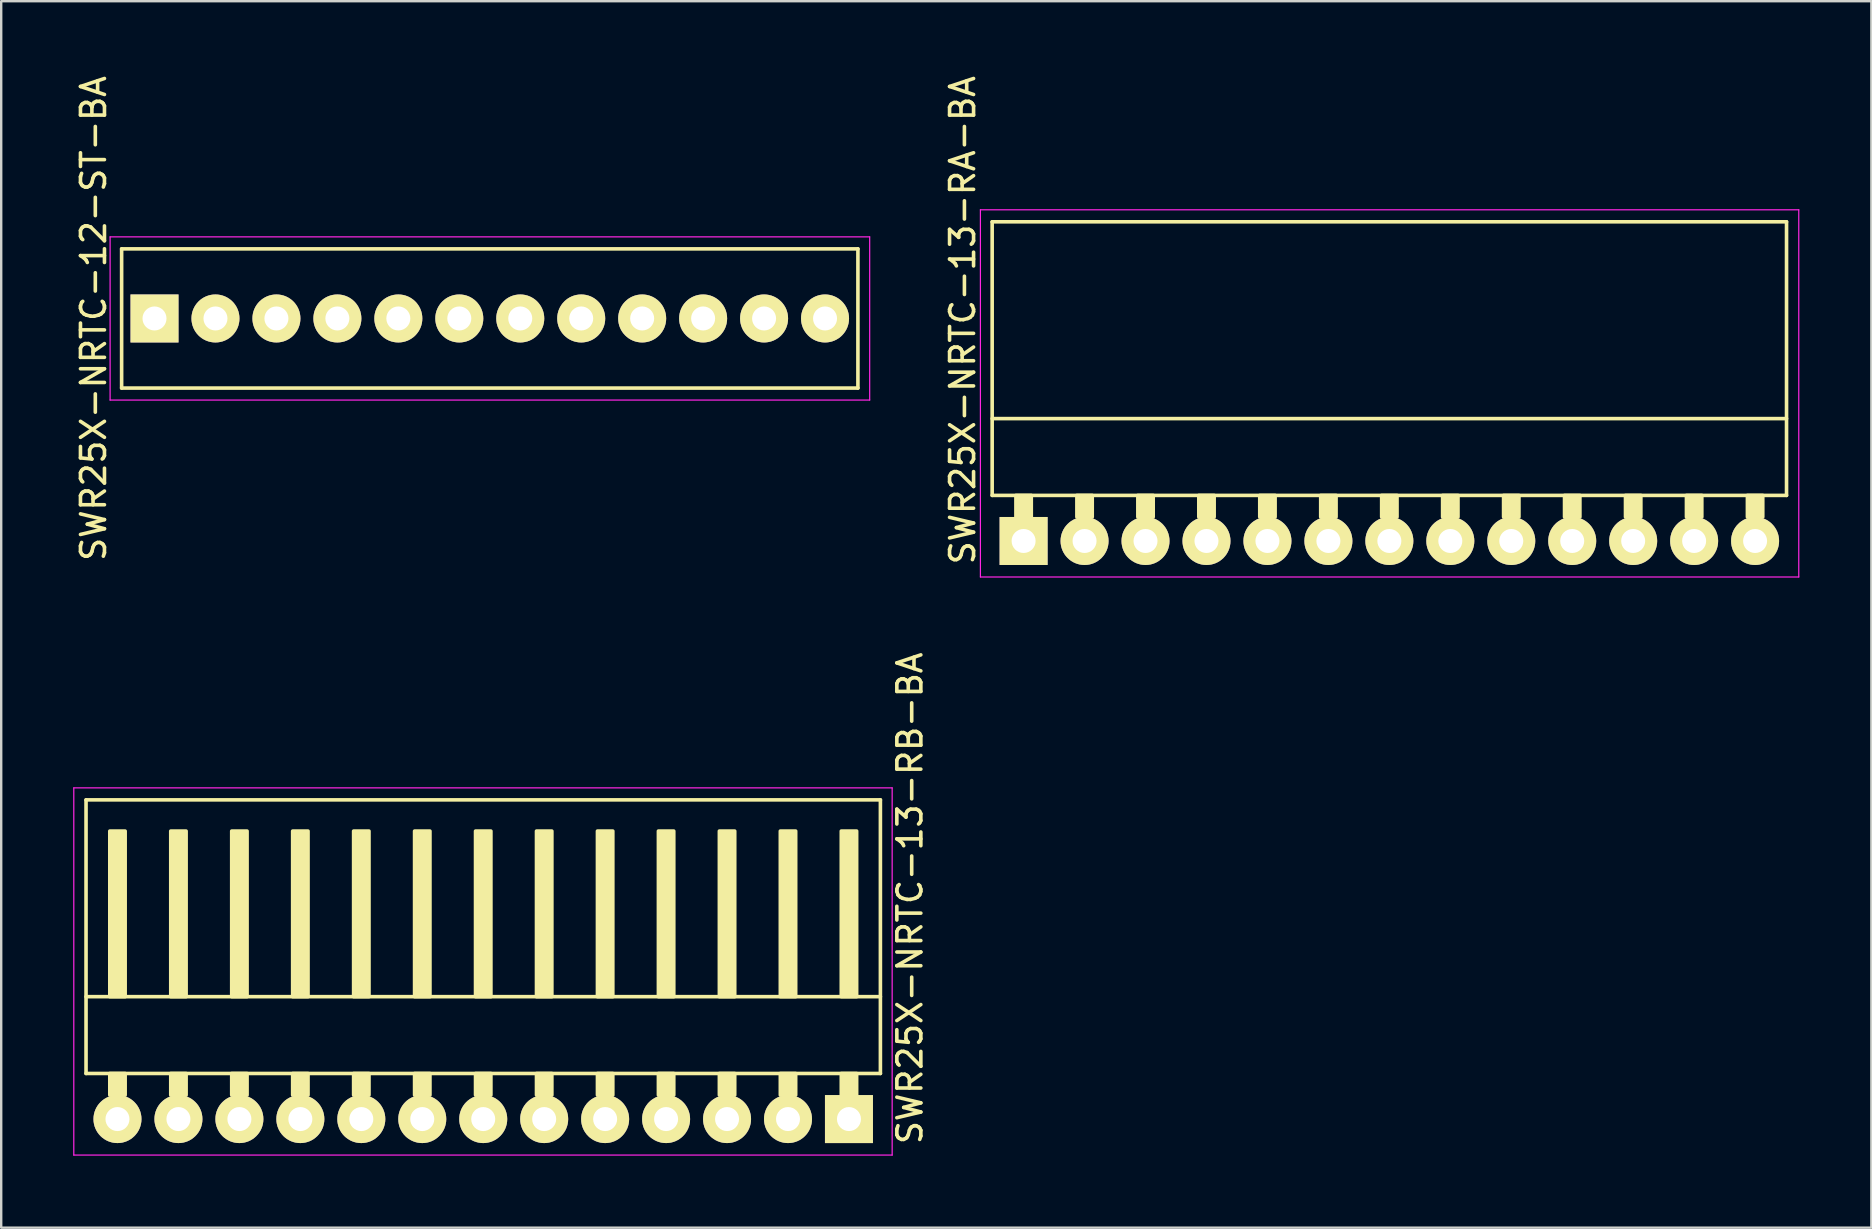
<source format=kicad_pcb>
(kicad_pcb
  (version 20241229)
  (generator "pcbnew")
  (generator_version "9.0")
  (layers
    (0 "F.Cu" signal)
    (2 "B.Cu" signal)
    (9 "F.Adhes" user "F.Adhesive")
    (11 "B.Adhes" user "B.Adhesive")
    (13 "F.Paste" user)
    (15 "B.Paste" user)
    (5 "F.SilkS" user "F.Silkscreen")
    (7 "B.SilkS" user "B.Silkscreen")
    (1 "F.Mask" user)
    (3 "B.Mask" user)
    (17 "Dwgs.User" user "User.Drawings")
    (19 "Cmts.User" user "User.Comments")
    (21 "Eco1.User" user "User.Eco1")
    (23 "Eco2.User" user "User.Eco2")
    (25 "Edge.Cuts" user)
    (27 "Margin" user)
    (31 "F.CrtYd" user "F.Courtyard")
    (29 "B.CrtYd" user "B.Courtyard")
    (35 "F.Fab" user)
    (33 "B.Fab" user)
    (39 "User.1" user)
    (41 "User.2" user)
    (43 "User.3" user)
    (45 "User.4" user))
  (footprint "SWR25X-NRTC-13-RA-BA"
    (layer "F.Cu")
    (at 39.602 19.492)
    (property "Reference" "SWR25X-NRTC-13-RA-BA" (at -2.54 -9.2 270) (layer "F.SilkS") (effects (font (size 1 1) (thickness 0.15))))
    (attr through_hole)
    (fp_line (start -1.31 -13.3) (end -1.31 -1.9) (stroke (width 0.15) (type solid)) (layer "F.SilkS"))
    (fp_line (start -1.31 -13.3) (end 31.79 -13.3) (stroke (width 0.15) (type solid)) (layer "F.SilkS"))
    (fp_line (start -1.31 -5.1) (end 31.79 -5.1) (stroke (width 0.15) (type solid)) (layer "F.SilkS"))
    (fp_line (start -1.31 -1.9) (end 31.79 -1.9) (stroke (width 0.15) (type solid)) (layer "F.SilkS"))
    (fp_line (start 31.79 -13.3) (end 31.79 -1.9) (stroke (width 0.15) (type solid)) (layer "F.SilkS"))
    (fp_poly (pts (xy 0.32 -1.9) (xy -0.32 -1.9) (xy -0.32 -1) (xy 0.32 -1)) (stroke (width 0.15) (type solid)) (fill yes) (layer "F.SilkS"))
    (fp_poly (pts (xy 2.86 -1.9) (xy 2.22 -1.9) (xy 2.22 -1) (xy 2.86 -1)) (stroke (width 0.15) (type solid)) (fill yes) (layer "F.SilkS"))
    (fp_poly (pts (xy 5.4 -1.9) (xy 4.76 -1.9) (xy 4.76 -1) (xy 5.4 -1)) (stroke (width 0.15) (type solid)) (fill yes) (layer "F.SilkS"))
    (fp_poly (pts (xy 7.94 -1.9) (xy 7.3 -1.9) (xy 7.3 -1) (xy 7.94 -1)) (stroke (width 0.15) (type solid)) (fill yes) (layer "F.SilkS"))
    (fp_poly (pts (xy 10.48 -1.9) (xy 9.84 -1.9) (xy 9.84 -1) (xy 10.48 -1)) (stroke (width 0.15) (type solid)) (fill yes) (layer "F.SilkS"))
    (fp_poly (pts (xy 13.02 -1.9) (xy 12.38 -1.9) (xy 12.38 -1) (xy 13.02 -1)) (stroke (width 0.15) (type solid)) (fill yes) (layer "F.SilkS"))
    (fp_poly (pts (xy 15.56 -1.9) (xy 14.92 -1.9) (xy 14.92 -1) (xy 15.56 -1)) (stroke (width 0.15) (type solid)) (fill yes) (layer "F.SilkS"))
    (fp_poly (pts (xy 18.1 -1.9) (xy 17.46 -1.9) (xy 17.46 -1) (xy 18.1 -1)) (stroke (width 0.15) (type solid)) (fill yes) (layer "F.SilkS"))
    (fp_poly (pts (xy 20.64 -1.9) (xy 20 -1.9) (xy 20 -1) (xy 20.64 -1)) (stroke (width 0.15) (type solid)) (fill yes) (layer "F.SilkS"))
    (fp_poly (pts (xy 23.18 -1.9) (xy 22.54 -1.9) (xy 22.54 -1) (xy 23.18 -1)) (stroke (width 0.15) (type solid)) (fill yes) (layer "F.SilkS"))
    (fp_poly (pts (xy 25.72 -1.9) (xy 25.08 -1.9) (xy 25.08 -1) (xy 25.72 -1)) (stroke (width 0.15) (type solid)) (fill yes) (layer "F.SilkS"))
    (fp_poly (pts (xy 28.26 -1.9) (xy 27.62 -1.9) (xy 27.62 -1) (xy 28.26 -1)) (stroke (width 0.15) (type solid)) (fill yes) (layer "F.SilkS"))
    (fp_poly (pts (xy 30.8 -1.9) (xy 30.16 -1.9) (xy 30.16 -1) (xy 30.8 -1)) (stroke (width 0.15) (type solid)) (fill yes) (layer "F.SilkS"))
    (fp_line (start -1.8 -13.8) (end -1.8 1.5) (stroke (width 0.05) (type solid)) (layer "F.CrtYd"))
    (fp_line (start -1.8 -13.8) (end 32.3 -13.8) (stroke (width 0.05) (type solid)) (layer "F.CrtYd"))
    (fp_line (start -1.8 1.5) (end 32.3 1.5) (stroke (width 0.05) (type solid)) (layer "F.CrtYd"))
    (fp_line (start 32.3 -13.8) (end 32.3 1.5) (stroke (width 0.05) (type solid)) (layer "F.CrtYd"))
    (pad "1" thru_hole rect (at 0 0) (size 2 2) (drill 1) (layers "*.Cu" "*.Mask" "F.SilkS"))
    (pad "2" thru_hole circle (at 2.54 0) (size 2 2) (drill 1) (layers "*.Cu" "*.Mask" "F.SilkS"))
    (pad "3" thru_hole circle (at 5.08 0) (size 2 2) (drill 1) (layers "*.Cu" "*.Mask" "F.SilkS"))
    (pad "4" thru_hole circle (at 7.62 0) (size 2 2) (drill 1) (layers "*.Cu" "*.Mask" "F.SilkS"))
    (pad "5" thru_hole circle (at 10.16 0) (size 2 2) (drill 1) (layers "*.Cu" "*.Mask" "F.SilkS"))
    (pad "6" thru_hole circle (at 12.7 0) (size 2 2) (drill 1) (layers "*.Cu" "*.Mask" "F.SilkS"))
    (pad "7" thru_hole circle (at 15.24 0) (size 2 2) (drill 1) (layers "*.Cu" "*.Mask" "F.SilkS"))
    (pad "8" thru_hole circle (at 17.78 0) (size 2 2) (drill 1) (layers "*.Cu" "*.Mask" "F.SilkS"))
    (pad "9" thru_hole circle (at 20.32 0) (size 2 2) (drill 1) (layers "*.Cu" "*.Mask" "F.SilkS"))
    (pad "10" thru_hole circle (at 22.86 0) (size 2 2) (drill 1) (layers "*.Cu" "*.Mask" "F.SilkS"))
    (pad "11" thru_hole circle (at 25.4 0) (size 2 2) (drill 1) (layers "*.Cu" "*.Mask" "F.SilkS"))
    (pad "12" thru_hole circle (at 27.94 0) (size 2 2) (drill 1) (layers "*.Cu" "*.Mask" "F.SilkS"))
    (pad "13" thru_hole circle (at 30.48 0) (size 2 2) (drill 1) (layers "*.Cu" "*.Mask" "F.SilkS")))
  (footprint "SWR25X-NRTC-13-RB-BA"
    (layer "F.Cu")
    (at 32.325 43.58)
    (property "Reference" "SWR25X-NRTC-13-RB-BA" (at 2.54 -9.2 270) (layer "F.SilkS") (effects (font (size 1 1) (thickness 0.15))))
    (attr through_hole)
    (fp_line (start -31.79 -13.3) (end -31.79 -1.9) (stroke (width 0.15) (type solid)) (layer "F.SilkS"))
    (fp_line (start 1.31 -13.3) (end -31.79 -13.3) (stroke (width 0.15) (type solid)) (layer "F.SilkS"))
    (fp_line (start 1.31 -13.3) (end 1.31 -1.9) (stroke (width 0.15) (type solid)) (layer "F.SilkS"))
    (fp_line (start 1.31 -5.1) (end -31.79 -5.1) (stroke (width 0.15) (type solid)) (layer "F.SilkS"))
    (fp_line (start 1.31 -1.9) (end -31.79 -1.9) (stroke (width 0.15) (type solid)) (layer "F.SilkS"))
    (fp_poly (pts (xy -30.16 -5.1) (xy -30.8 -5.1) (xy -30.8 -12) (xy -30.16 -12)) (stroke (width 0.15) (type solid)) (fill yes) (layer "F.SilkS"))
    (fp_poly (pts (xy -30.16 -1.9) (xy -30.8 -1.9) (xy -30.8 -1) (xy -30.16 -1)) (stroke (width 0.15) (type solid)) (fill yes) (layer "F.SilkS"))
    (fp_poly (pts (xy -27.62 -5.1) (xy -28.26 -5.1) (xy -28.26 -12) (xy -27.62 -12)) (stroke (width 0.15) (type solid)) (fill yes) (layer "F.SilkS"))
    (fp_poly (pts (xy -27.62 -1.9) (xy -28.26 -1.9) (xy -28.26 -1) (xy -27.62 -1)) (stroke (width 0.15) (type solid)) (fill yes) (layer "F.SilkS"))
    (fp_poly (pts (xy -25.08 -5.1) (xy -25.72 -5.1) (xy -25.72 -12) (xy -25.08 -12)) (stroke (width 0.15) (type solid)) (fill yes) (layer "F.SilkS"))
    (fp_poly (pts (xy -25.08 -1.9) (xy -25.72 -1.9) (xy -25.72 -1) (xy -25.08 -1)) (stroke (width 0.15) (type solid)) (fill yes) (layer "F.SilkS"))
    (fp_poly (pts (xy -22.54 -5.1) (xy -23.18 -5.1) (xy -23.18 -12) (xy -22.54 -12)) (stroke (width 0.15) (type solid)) (fill yes) (layer "F.SilkS"))
    (fp_poly (pts (xy -22.54 -1.9) (xy -23.18 -1.9) (xy -23.18 -1) (xy -22.54 -1)) (stroke (width 0.15) (type solid)) (fill yes) (layer "F.SilkS"))
    (fp_poly (pts (xy -20 -5.1) (xy -20.64 -5.1) (xy -20.64 -12) (xy -20 -12)) (stroke (width 0.15) (type solid)) (fill yes) (layer "F.SilkS"))
    (fp_poly (pts (xy -20 -1.9) (xy -20.64 -1.9) (xy -20.64 -1) (xy -20 -1)) (stroke (width 0.15) (type solid)) (fill yes) (layer "F.SilkS"))
    (fp_poly (pts (xy -17.46 -5.1) (xy -18.1 -5.1) (xy -18.1 -12) (xy -17.46 -12)) (stroke (width 0.15) (type solid)) (fill yes) (layer "F.SilkS"))
    (fp_poly (pts (xy -17.46 -1.9) (xy -18.1 -1.9) (xy -18.1 -1) (xy -17.46 -1)) (stroke (width 0.15) (type solid)) (fill yes) (layer "F.SilkS"))
    (fp_poly (pts (xy -14.92 -5.1) (xy -15.56 -5.1) (xy -15.56 -12) (xy -14.92 -12)) (stroke (width 0.15) (type solid)) (fill yes) (layer "F.SilkS"))
    (fp_poly (pts (xy -14.92 -1.9) (xy -15.56 -1.9) (xy -15.56 -1) (xy -14.92 -1)) (stroke (width 0.15) (type solid)) (fill yes) (layer "F.SilkS"))
    (fp_poly (pts (xy -12.38 -5.1) (xy -13.02 -5.1) (xy -13.02 -12) (xy -12.38 -12)) (stroke (width 0.15) (type solid)) (fill yes) (layer "F.SilkS"))
    (fp_poly (pts (xy -12.38 -1.9) (xy -13.02 -1.9) (xy -13.02 -1) (xy -12.38 -1)) (stroke (width 0.15) (type solid)) (fill yes) (layer "F.SilkS"))
    (fp_poly (pts (xy -9.84 -5.1) (xy -10.48 -5.1) (xy -10.48 -12) (xy -9.84 -12)) (stroke (width 0.15) (type solid)) (fill yes) (layer "F.SilkS"))
    (fp_poly (pts (xy -9.84 -1.9) (xy -10.48 -1.9) (xy -10.48 -1) (xy -9.84 -1)) (stroke (width 0.15) (type solid)) (fill yes) (layer "F.SilkS"))
    (fp_poly (pts (xy -7.3 -5.1) (xy -7.94 -5.1) (xy -7.94 -12) (xy -7.3 -12)) (stroke (width 0.15) (type solid)) (fill yes) (layer "F.SilkS"))
    (fp_poly (pts (xy -7.3 -1.9) (xy -7.94 -1.9) (xy -7.94 -1) (xy -7.3 -1)) (stroke (width 0.15) (type solid)) (fill yes) (layer "F.SilkS"))
    (fp_poly (pts (xy -4.76 -5.1) (xy -5.4 -5.1) (xy -5.4 -12) (xy -4.76 -12)) (stroke (width 0.15) (type solid)) (fill yes) (layer "F.SilkS"))
    (fp_poly (pts (xy -4.76 -1.9) (xy -5.4 -1.9) (xy -5.4 -1) (xy -4.76 -1)) (stroke (width 0.15) (type solid)) (fill yes) (layer "F.SilkS"))
    (fp_poly (pts (xy -2.22 -5.1) (xy -2.86 -5.1) (xy -2.86 -12) (xy -2.22 -12)) (stroke (width 0.15) (type solid)) (fill yes) (layer "F.SilkS"))
    (fp_poly (pts (xy -2.22 -1.9) (xy -2.86 -1.9) (xy -2.86 -1) (xy -2.22 -1)) (stroke (width 0.15) (type solid)) (fill yes) (layer "F.SilkS"))
    (fp_poly (pts (xy 0.32 -5.1) (xy -0.32 -5.1) (xy -0.32 -12) (xy 0.32 -12)) (stroke (width 0.15) (type solid)) (fill yes) (layer "F.SilkS"))
    (fp_poly (pts (xy 0.32 -1.9) (xy -0.32 -1.9) (xy -0.32 -1) (xy 0.32 -1)) (stroke (width 0.15) (type solid)) (fill yes) (layer "F.SilkS"))
    (fp_line (start -32.3 -13.8) (end -32.3 1.5) (stroke (width 0.05) (type solid)) (layer "F.CrtYd"))
    (fp_line (start 1.8 -13.8) (end -32.3 -13.8) (stroke (width 0.05) (type solid)) (layer "F.CrtYd"))
    (fp_line (start 1.8 -13.8) (end 1.8 1.5) (stroke (width 0.05) (type solid)) (layer "F.CrtYd"))
    (fp_line (start 1.8 1.5) (end -32.3 1.5) (stroke (width 0.05) (type solid)) (layer "F.CrtYd"))
    (pad "1" thru_hole rect (at 0 0) (size 2 2) (drill 1) (layers "*.Cu" "*.Mask" "F.SilkS"))
    (pad "2" thru_hole circle (at -2.54 0) (size 2 2) (drill 1) (layers "*.Cu" "*.Mask" "F.SilkS"))
    (pad "3" thru_hole circle (at -5.08 0) (size 2 2) (drill 1) (layers "*.Cu" "*.Mask" "F.SilkS"))
    (pad "4" thru_hole circle (at -7.62 0) (size 2 2) (drill 1) (layers "*.Cu" "*.Mask" "F.SilkS"))
    (pad "5" thru_hole circle (at -10.16 0) (size 2 2) (drill 1) (layers "*.Cu" "*.Mask" "F.SilkS"))
    (pad "6" thru_hole circle (at -12.7 0) (size 2 2) (drill 1) (layers "*.Cu" "*.Mask" "F.SilkS"))
    (pad "7" thru_hole circle (at -15.24 0) (size 2 2) (drill 1) (layers "*.Cu" "*.Mask" "F.SilkS"))
    (pad "8" thru_hole circle (at -17.78 0) (size 2 2) (drill 1) (layers "*.Cu" "*.Mask" "F.SilkS"))
    (pad "9" thru_hole circle (at -20.32 0) (size 2 2) (drill 1) (layers "*.Cu" "*.Mask" "F.SilkS"))
    (pad "10" thru_hole circle (at -22.86 0) (size 2 2) (drill 1) (layers "*.Cu" "*.Mask" "F.SilkS"))
    (pad "11" thru_hole circle (at -25.4 0) (size 2 2) (drill 1) (layers "*.Cu" "*.Mask" "F.SilkS"))
    (pad "12" thru_hole circle (at -27.94 0) (size 2 2) (drill 1) (layers "*.Cu" "*.Mask" "F.SilkS"))
    (pad "13" thru_hole circle (at -30.48 0) (size 2 2) (drill 1) (layers "*.Cu" "*.Mask" "F.SilkS")))
  (footprint "SWR25X-NRTC-12-ST-BA"
    (layer "F.Cu")
    (at 3.388 10.22)
    (property "Reference" "SWR25X-NRTC-12-ST-BA" (at -2.54 0 270) (layer "F.SilkS") (effects (font (size 1 1) (thickness 0.15))))
    (attr through_hole)
    (fp_line (start -1.37 -2.9) (end 29.31 -2.9) (stroke (width 0.15) (type solid)) (layer "F.SilkS"))
    (fp_line (start -1.37 2.9) (end -1.37 -2.9) (stroke (width 0.15) (type solid)) (layer "F.SilkS"))
    (fp_line (start -1.37 2.9) (end 29.31 2.9) (stroke (width 0.15) (type solid)) (layer "F.SilkS"))
    (fp_line (start 29.31 2.9) (end 29.31 -2.9) (stroke (width 0.15) (type solid)) (layer "F.SilkS"))
    (fp_line (start -1.85 -3.4) (end 29.8 -3.4) (stroke (width 0.05) (type solid)) (layer "F.CrtYd"))
    (fp_line (start -1.85 3.4) (end -1.85 -3.4) (stroke (width 0.05) (type solid)) (layer "F.CrtYd"))
    (fp_line (start -1.85 3.4) (end 29.8 3.4) (stroke (width 0.05) (type solid)) (layer "F.CrtYd"))
    (fp_line (start 29.8 3.4) (end 29.8 -3.4) (stroke (width 0.05) (type solid)) (layer "F.CrtYd"))
    (pad "1" thru_hole rect (at 0 0) (size 2 2) (drill 1) (layers "*.Cu" "*.Mask" "F.SilkS"))
    (pad "2" thru_hole circle (at 2.54 0) (size 2 2) (drill 1) (layers "*.Cu" "*.Mask" "F.SilkS"))
    (pad "3" thru_hole circle (at 5.08 0) (size 2 2) (drill 1) (layers "*.Cu" "*.Mask" "F.SilkS"))
    (pad "4" thru_hole circle (at 7.62 0) (size 2 2) (drill 1) (layers "*.Cu" "*.Mask" "F.SilkS"))
    (pad "5" thru_hole circle (at 10.16 0) (size 2 2) (drill 1) (layers "*.Cu" "*.Mask" "F.SilkS"))
    (pad "6" thru_hole circle (at 12.7 0) (size 2 2) (drill 1) (layers "*.Cu" "*.Mask" "F.SilkS"))
    (pad "7" thru_hole circle (at 15.24 0) (size 2 2) (drill 1) (layers "*.Cu" "*.Mask" "F.SilkS"))
    (pad "8" thru_hole circle (at 17.78 0) (size 2 2) (drill 1) (layers "*.Cu" "*.Mask" "F.SilkS"))
    (pad "9" thru_hole circle (at 20.32 0) (size 2 2) (drill 1) (layers "*.Cu" "*.Mask" "F.SilkS"))
    (pad "10" thru_hole circle (at 22.86 0) (size 2 2) (drill 1) (layers "*.Cu" "*.Mask" "F.SilkS"))
    (pad "11" thru_hole circle (at 25.4 0) (size 2 2) (drill 1) (layers "*.Cu" "*.Mask" "F.SilkS"))
    (pad "12" thru_hole circle (at 27.94 0) (size 2 2) (drill 1) (layers "*.Cu" "*.Mask" "F.SilkS")))
  (gr_rect
    (start -3 -3)
    (end 74.927 48.105)
    (stroke (width 0.1) (type default))
    (fill no)
    (layer "Edge.Cuts")))
</source>
